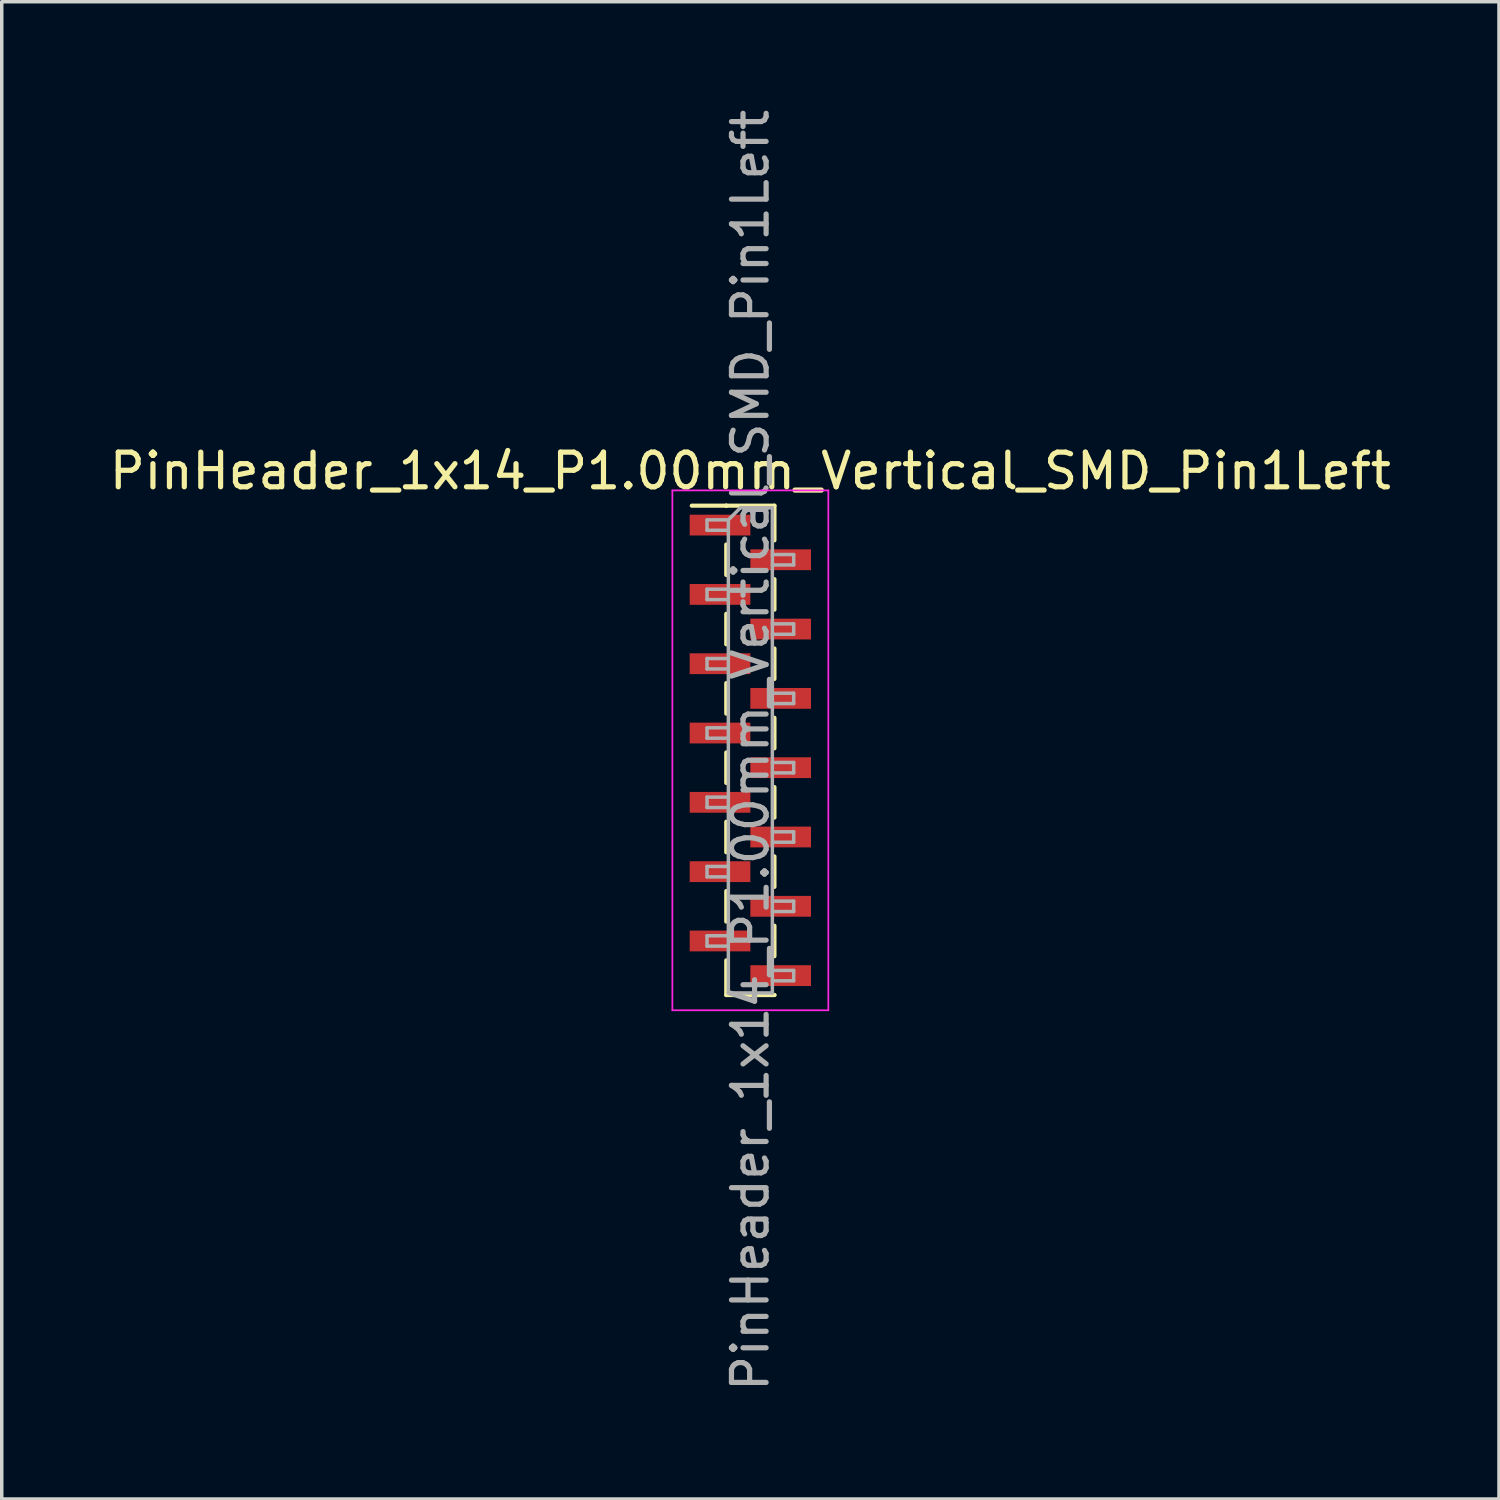
<source format=kicad_pcb>
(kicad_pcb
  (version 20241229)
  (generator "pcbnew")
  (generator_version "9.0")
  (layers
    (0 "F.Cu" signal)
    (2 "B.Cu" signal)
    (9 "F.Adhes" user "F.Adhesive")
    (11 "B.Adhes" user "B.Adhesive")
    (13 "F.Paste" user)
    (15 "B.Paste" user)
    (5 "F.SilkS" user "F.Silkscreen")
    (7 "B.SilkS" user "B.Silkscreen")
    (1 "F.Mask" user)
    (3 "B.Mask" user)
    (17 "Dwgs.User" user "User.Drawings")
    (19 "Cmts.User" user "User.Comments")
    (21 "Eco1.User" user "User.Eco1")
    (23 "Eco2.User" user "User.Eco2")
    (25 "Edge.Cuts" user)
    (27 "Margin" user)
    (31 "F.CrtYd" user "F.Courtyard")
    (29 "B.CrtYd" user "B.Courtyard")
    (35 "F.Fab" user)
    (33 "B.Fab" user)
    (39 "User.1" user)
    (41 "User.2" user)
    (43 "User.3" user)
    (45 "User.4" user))
  (footprint "PinHeader_1x14_P1.00mm_Vertical_SMD_Pin1Left"
    (layer "F.Cu")
    (at 18.601 18.601)
    (property "Reference" "PinHeader_1x14_P1.00mm_Vertical_SMD_Pin1Left" (at 0 -8.06 0) (layer "F.SilkS") (effects (font (size 1 1) (thickness 0.15))))
    (attr smd)
    (fp_line (start -0.695 -7.06) (end -1.69 -7.06) (stroke (width 0.12) (type solid)) (layer "F.SilkS"))
    (fp_line (start -0.695 -7.06) (end -0.695 -7.06) (stroke (width 0.12) (type solid)) (layer "F.SilkS"))
    (fp_line (start -0.695 -7.06) (end 0.695 -7.06) (stroke (width 0.12) (type solid)) (layer "F.SilkS"))
    (fp_line (start -0.695 -5.94) (end -0.695 -5.06) (stroke (width 0.12) (type solid)) (layer "F.SilkS"))
    (fp_line (start -0.695 -3.94) (end -0.695 -3.06) (stroke (width 0.12) (type solid)) (layer "F.SilkS"))
    (fp_line (start -0.695 -1.94) (end -0.695 -1.06) (stroke (width 0.12) (type solid)) (layer "F.SilkS"))
    (fp_line (start -0.695 0.06) (end -0.695 0.94) (stroke (width 0.12) (type solid)) (layer "F.SilkS"))
    (fp_line (start -0.695 2.06) (end -0.695 2.94) (stroke (width 0.12) (type solid)) (layer "F.SilkS"))
    (fp_line (start -0.695 4.06) (end -0.695 4.94) (stroke (width 0.12) (type solid)) (layer "F.SilkS"))
    (fp_line (start -0.695 6.06) (end -0.695 7.06) (stroke (width 0.12) (type solid)) (layer "F.SilkS"))
    (fp_line (start -0.695 7.06) (end 0.695 7.06) (stroke (width 0.12) (type solid)) (layer "F.SilkS"))
    (fp_line (start 0.695 -7.06) (end 0.695 -6.06) (stroke (width 0.12) (type solid)) (layer "F.SilkS"))
    (fp_line (start 0.695 -4.94) (end 0.695 -4.06) (stroke (width 0.12) (type solid)) (layer "F.SilkS"))
    (fp_line (start 0.695 -2.94) (end 0.695 -2.06) (stroke (width 0.12) (type solid)) (layer "F.SilkS"))
    (fp_line (start 0.695 -0.94) (end 0.695 -0.06) (stroke (width 0.12) (type solid)) (layer "F.SilkS"))
    (fp_line (start 0.695 1.06) (end 0.695 1.94) (stroke (width 0.12) (type solid)) (layer "F.SilkS"))
    (fp_line (start 0.695 3.06) (end 0.695 3.94) (stroke (width 0.12) (type solid)) (layer "F.SilkS"))
    (fp_line (start 0.695 5.06) (end 0.695 5.94) (stroke (width 0.12) (type solid)) (layer "F.SilkS"))
    (fp_line (start 0.695 7.06) (end 0.695 7.06) (stroke (width 0.12) (type solid)) (layer "F.SilkS"))
    (fp_line (start -2.25 -7.5) (end -2.25 7.5) (stroke (width 0.05) (type solid)) (layer "F.CrtYd"))
    (fp_line (start -2.25 7.5) (end 2.25 7.5) (stroke (width 0.05) (type solid)) (layer "F.CrtYd"))
    (fp_line (start 2.25 -7.5) (end -2.25 -7.5) (stroke (width 0.05) (type solid)) (layer "F.CrtYd"))
    (fp_line (start 2.25 7.5) (end 2.25 -7.5) (stroke (width 0.05) (type solid)) (layer "F.CrtYd"))
    (fp_line (start -1.25 -6.65) (end -1.25 -6.35) (stroke (width 0.1) (type solid)) (layer "F.Fab"))
    (fp_line (start -1.25 -6.35) (end -0.635 -6.35) (stroke (width 0.1) (type solid)) (layer "F.Fab"))
    (fp_line (start -1.25 -4.65) (end -1.25 -4.35) (stroke (width 0.1) (type solid)) (layer "F.Fab"))
    (fp_line (start -1.25 -4.35) (end -0.635 -4.35) (stroke (width 0.1) (type solid)) (layer "F.Fab"))
    (fp_line (start -1.25 -2.65) (end -1.25 -2.35) (stroke (width 0.1) (type solid)) (layer "F.Fab"))
    (fp_line (start -1.25 -2.35) (end -0.635 -2.35) (stroke (width 0.1) (type solid)) (layer "F.Fab"))
    (fp_line (start -1.25 -0.65) (end -1.25 -0.35) (stroke (width 0.1) (type solid)) (layer "F.Fab"))
    (fp_line (start -1.25 -0.35) (end -0.635 -0.35) (stroke (width 0.1) (type solid)) (layer "F.Fab"))
    (fp_line (start -1.25 1.35) (end -1.25 1.65) (stroke (width 0.1) (type solid)) (layer "F.Fab"))
    (fp_line (start -1.25 1.65) (end -0.635 1.65) (stroke (width 0.1) (type solid)) (layer "F.Fab"))
    (fp_line (start -1.25 3.35) (end -1.25 3.65) (stroke (width 0.1) (type solid)) (layer "F.Fab"))
    (fp_line (start -1.25 3.65) (end -0.635 3.65) (stroke (width 0.1) (type solid)) (layer "F.Fab"))
    (fp_line (start -1.25 5.35) (end -1.25 5.65) (stroke (width 0.1) (type solid)) (layer "F.Fab"))
    (fp_line (start -1.25 5.65) (end -0.635 5.65) (stroke (width 0.1) (type solid)) (layer "F.Fab"))
    (fp_line (start -0.635 -6.65) (end -1.25 -6.65) (stroke (width 0.1) (type solid)) (layer "F.Fab"))
    (fp_line (start -0.635 -6.65) (end -0.285 -7) (stroke (width 0.1) (type solid)) (layer "F.Fab"))
    (fp_line (start -0.635 -4.65) (end -1.25 -4.65) (stroke (width 0.1) (type solid)) (layer "F.Fab"))
    (fp_line (start -0.635 -2.65) (end -1.25 -2.65) (stroke (width 0.1) (type solid)) (layer "F.Fab"))
    (fp_line (start -0.635 -0.65) (end -1.25 -0.65) (stroke (width 0.1) (type solid)) (layer "F.Fab"))
    (fp_line (start -0.635 1.35) (end -1.25 1.35) (stroke (width 0.1) (type solid)) (layer "F.Fab"))
    (fp_line (start -0.635 3.35) (end -1.25 3.35) (stroke (width 0.1) (type solid)) (layer "F.Fab"))
    (fp_line (start -0.635 5.35) (end -1.25 5.35) (stroke (width 0.1) (type solid)) (layer "F.Fab"))
    (fp_line (start -0.635 7) (end -0.635 -6.65) (stroke (width 0.1) (type solid)) (layer "F.Fab"))
    (fp_line (start -0.285 -7) (end 0.635 -7) (stroke (width 0.1) (type solid)) (layer "F.Fab"))
    (fp_line (start 0.635 -7) (end 0.635 7) (stroke (width 0.1) (type solid)) (layer "F.Fab"))
    (fp_line (start 0.635 -5.65) (end 1.25 -5.65) (stroke (width 0.1) (type solid)) (layer "F.Fab"))
    (fp_line (start 0.635 -3.65) (end 1.25 -3.65) (stroke (width 0.1) (type solid)) (layer "F.Fab"))
    (fp_line (start 0.635 -1.65) (end 1.25 -1.65) (stroke (width 0.1) (type solid)) (layer "F.Fab"))
    (fp_line (start 0.635 0.35) (end 1.25 0.35) (stroke (width 0.1) (type solid)) (layer "F.Fab"))
    (fp_line (start 0.635 2.35) (end 1.25 2.35) (stroke (width 0.1) (type solid)) (layer "F.Fab"))
    (fp_line (start 0.635 4.35) (end 1.25 4.35) (stroke (width 0.1) (type solid)) (layer "F.Fab"))
    (fp_line (start 0.635 6.35) (end 1.25 6.35) (stroke (width 0.1) (type solid)) (layer "F.Fab"))
    (fp_line (start 0.635 7) (end -0.635 7) (stroke (width 0.1) (type solid)) (layer "F.Fab"))
    (fp_line (start 1.25 -5.65) (end 1.25 -5.35) (stroke (width 0.1) (type solid)) (layer "F.Fab"))
    (fp_line (start 1.25 -5.35) (end 0.635 -5.35) (stroke (width 0.1) (type solid)) (layer "F.Fab"))
    (fp_line (start 1.25 -3.65) (end 1.25 -3.35) (stroke (width 0.1) (type solid)) (layer "F.Fab"))
    (fp_line (start 1.25 -3.35) (end 0.635 -3.35) (stroke (width 0.1) (type solid)) (layer "F.Fab"))
    (fp_line (start 1.25 -1.65) (end 1.25 -1.35) (stroke (width 0.1) (type solid)) (layer "F.Fab"))
    (fp_line (start 1.25 -1.35) (end 0.635 -1.35) (stroke (width 0.1) (type solid)) (layer "F.Fab"))
    (fp_line (start 1.25 0.35) (end 1.25 0.65) (stroke (width 0.1) (type solid)) (layer "F.Fab"))
    (fp_line (start 1.25 0.65) (end 0.635 0.65) (stroke (width 0.1) (type solid)) (layer "F.Fab"))
    (fp_line (start 1.25 2.35) (end 1.25 2.65) (stroke (width 0.1) (type solid)) (layer "F.Fab"))
    (fp_line (start 1.25 2.65) (end 0.635 2.65) (stroke (width 0.1) (type solid)) (layer "F.Fab"))
    (fp_line (start 1.25 4.35) (end 1.25 4.65) (stroke (width 0.1) (type solid)) (layer "F.Fab"))
    (fp_line (start 1.25 4.65) (end 0.635 4.65) (stroke (width 0.1) (type solid)) (layer "F.Fab"))
    (fp_line (start 1.25 6.35) (end 1.25 6.65) (stroke (width 0.1) (type solid)) (layer "F.Fab"))
    (fp_line (start 1.25 6.65) (end 0.635 6.65) (stroke (width 0.1) (type solid)) (layer "F.Fab"))
    (fp_text user "${REFERENCE}" (at 0 0 90) (layer "F.Fab") (effects (font (size 1 1) (thickness 0.15))))
    (pad "1" smd rect (at -0.875 -6.5) (size 1.75 0.6) (layers "F.Cu" "F.Mask" "F.Paste"))
    (pad "2" smd rect (at 0.875 -5.5) (size 1.75 0.6) (layers "F.Cu" "F.Mask" "F.Paste"))
    (pad "3" smd rect (at -0.875 -4.5) (size 1.75 0.6) (layers "F.Cu" "F.Mask" "F.Paste"))
    (pad "4" smd rect (at 0.875 -3.5) (size 1.75 0.6) (layers "F.Cu" "F.Mask" "F.Paste"))
    (pad "5" smd rect (at -0.875 -2.5) (size 1.75 0.6) (layers "F.Cu" "F.Mask" "F.Paste"))
    (pad "6" smd rect (at 0.875 -1.5) (size 1.75 0.6) (layers "F.Cu" "F.Mask" "F.Paste"))
    (pad "7" smd rect (at -0.875 -0.5) (size 1.75 0.6) (layers "F.Cu" "F.Mask" "F.Paste"))
    (pad "8" smd rect (at 0.875 0.5) (size 1.75 0.6) (layers "F.Cu" "F.Mask" "F.Paste"))
    (pad "9" smd rect (at -0.875 1.5) (size 1.75 0.6) (layers "F.Cu" "F.Mask" "F.Paste"))
    (pad "10" smd rect (at 0.875 2.5) (size 1.75 0.6) (layers "F.Cu" "F.Mask" "F.Paste"))
    (pad "11" smd rect (at -0.875 3.5) (size 1.75 0.6) (layers "F.Cu" "F.Mask" "F.Paste"))
    (pad "12" smd rect (at 0.875 4.5) (size 1.75 0.6) (layers "F.Cu" "F.Mask" "F.Paste"))
    (pad "13" smd rect (at -0.875 5.5) (size 1.75 0.6) (layers "F.Cu" "F.Mask" "F.Paste"))
    (pad "14" smd rect (at 0.875 6.5) (size 1.75 0.6) (layers "F.Cu" "F.Mask" "F.Paste")))
  (gr_rect
    (start -3 -3)
    (end 40.202 40.202)
    (stroke (width 0.1) (type default))
    (fill no)
    (layer "Edge.Cuts")))
</source>
